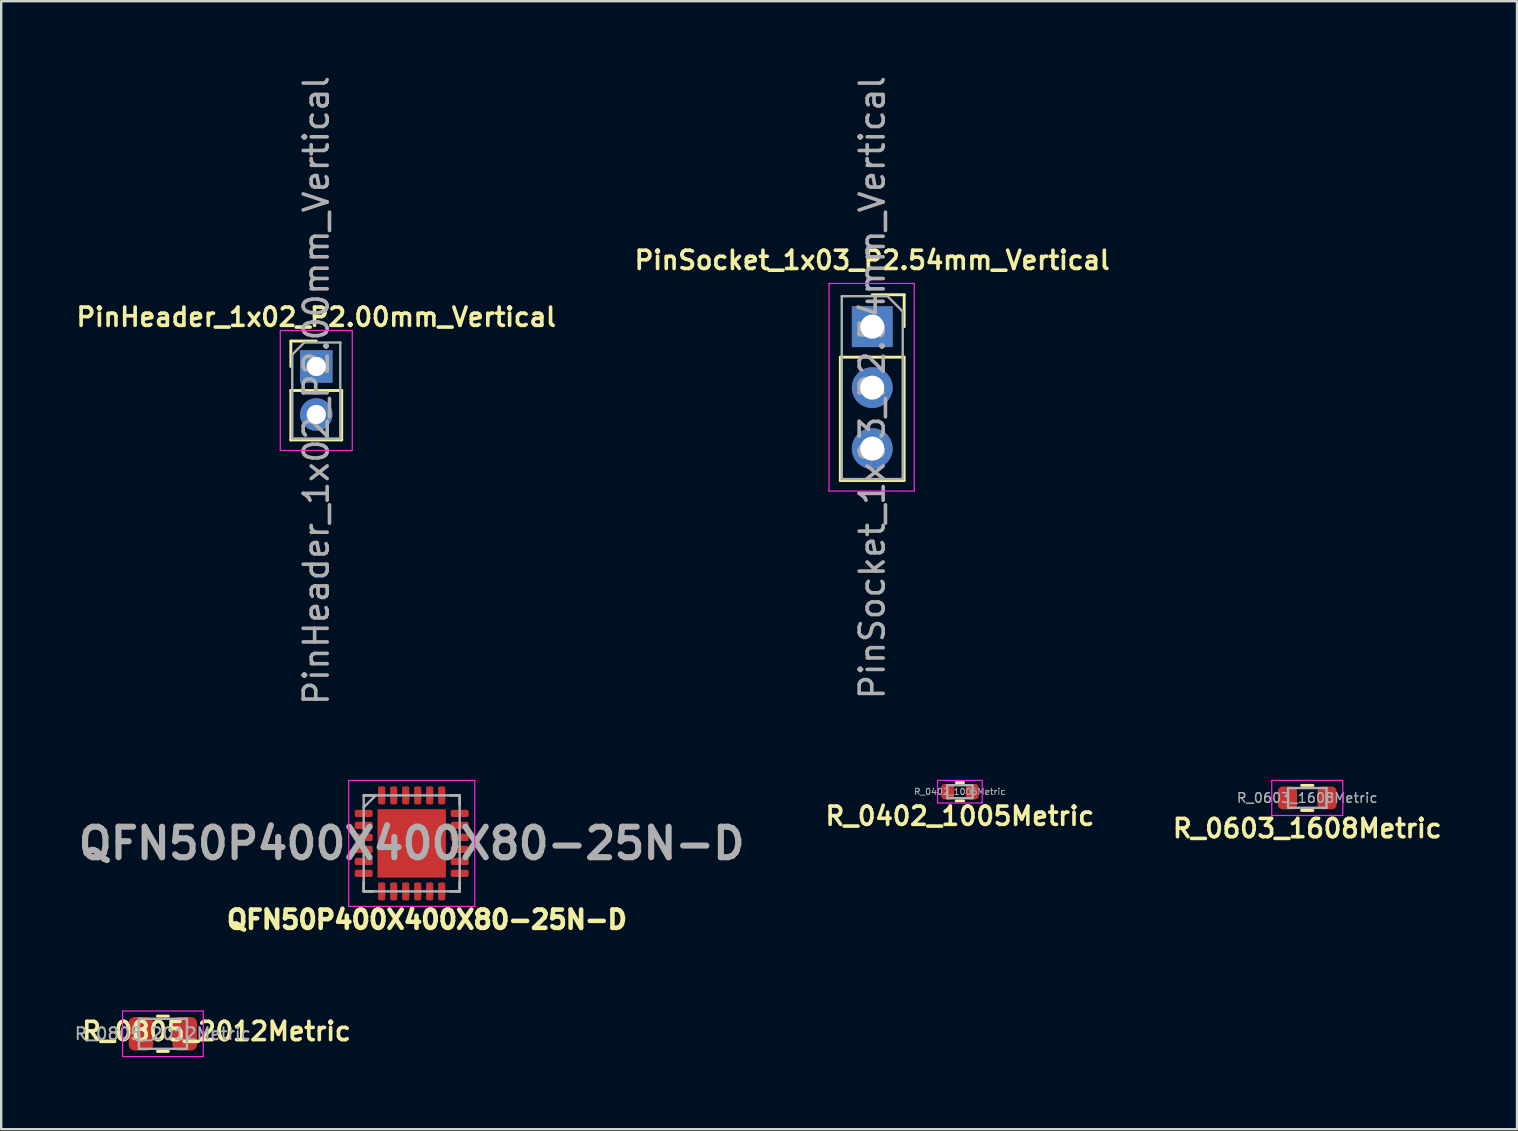
<source format=kicad_pcb>
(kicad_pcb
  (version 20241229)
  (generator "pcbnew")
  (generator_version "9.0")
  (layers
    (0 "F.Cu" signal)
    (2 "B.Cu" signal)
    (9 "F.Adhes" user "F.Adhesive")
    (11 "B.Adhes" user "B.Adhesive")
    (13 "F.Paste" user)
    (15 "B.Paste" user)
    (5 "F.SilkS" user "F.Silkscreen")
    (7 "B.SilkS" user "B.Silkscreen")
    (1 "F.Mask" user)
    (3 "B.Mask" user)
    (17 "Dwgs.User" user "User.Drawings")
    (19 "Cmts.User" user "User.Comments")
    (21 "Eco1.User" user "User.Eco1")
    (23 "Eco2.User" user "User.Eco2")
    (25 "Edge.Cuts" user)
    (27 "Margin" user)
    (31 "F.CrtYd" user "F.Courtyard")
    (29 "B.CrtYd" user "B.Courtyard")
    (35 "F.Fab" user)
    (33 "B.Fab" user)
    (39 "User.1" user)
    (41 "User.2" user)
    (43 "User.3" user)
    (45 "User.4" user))
  (footprint "R_0402_1005Metric"
    (layer "F.Cu")
    (at 36.943 29.935)
    (property "Reference" "R_0402_1005Metric" (at 0 1.016 0) (layer "F.SilkS") (effects (font (size 0.762 0.762) (thickness 0.15))))
    (attr smd)
    (fp_line (start -0.154 -0.38) (end 0.154 -0.38) (stroke (width 0.12) (type solid)) (layer "F.SilkS"))
    (fp_line (start -0.154 0.38) (end 0.154 0.38) (stroke (width 0.12) (type solid)) (layer "F.SilkS"))
    (fp_line (start -0.93 -0.47) (end 0.93 -0.47) (stroke (width 0.05) (type solid)) (layer "F.CrtYd"))
    (fp_line (start -0.93 0.47) (end -0.93 -0.47) (stroke (width 0.05) (type solid)) (layer "F.CrtYd"))
    (fp_line (start 0.93 -0.47) (end 0.93 0.47) (stroke (width 0.05) (type solid)) (layer "F.CrtYd"))
    (fp_line (start 0.93 0.47) (end -0.93 0.47) (stroke (width 0.05) (type solid)) (layer "F.CrtYd"))
    (fp_line (start -0.525 -0.27) (end 0.525 -0.27) (stroke (width 0.1) (type solid)) (layer "F.Fab"))
    (fp_line (start -0.525 0.27) (end -0.525 -0.27) (stroke (width 0.1) (type solid)) (layer "F.Fab"))
    (fp_line (start 0.525 -0.27) (end 0.525 0.27) (stroke (width 0.1) (type solid)) (layer "F.Fab"))
    (fp_line (start 0.525 0.27) (end -0.525 0.27) (stroke (width 0.1) (type solid)) (layer "F.Fab"))
    (fp_text user "${REFERENCE}" (at 0 0 0) (layer "F.Fab") (effects (font (size 0.26 0.26) (thickness 0.04))))
    (pad "1" smd roundrect (at -0.51 0) (size 0.54 0.64) (layers "F.Cu" "F.Mask" "F.Paste") (roundrect_rratio 0.25))
    (pad "2" smd roundrect (at 0.51 0) (size 0.54 0.64) (layers "F.Cu" "F.Mask" "F.Paste") (roundrect_rratio 0.25)))
  (footprint "R_0805_2012Metric"
    (layer "F.Cu")
    (at 3.737 40.021)
    (property "Reference" "R_0805_2012Metric" (at 2.235 -0.102 0) (unlocked yes) (layer "F.SilkS") (effects (font (size 0.762 0.762) (thickness 0.15))))
    (attr smd)
    (fp_line (start -0.227 -0.735) (end 0.227 -0.735) (stroke (width 0.12) (type solid)) (layer "F.SilkS"))
    (fp_line (start -0.227 0.735) (end 0.227 0.735) (stroke (width 0.12) (type solid)) (layer "F.SilkS"))
    (fp_line (start -1.68 -0.95) (end 1.68 -0.95) (stroke (width 0.05) (type solid)) (layer "F.CrtYd"))
    (fp_line (start -1.68 0.95) (end -1.68 -0.95) (stroke (width 0.05) (type solid)) (layer "F.CrtYd"))
    (fp_line (start 1.68 -0.95) (end 1.68 0.95) (stroke (width 0.05) (type solid)) (layer "F.CrtYd"))
    (fp_line (start 1.68 0.95) (end -1.68 0.95) (stroke (width 0.05) (type solid)) (layer "F.CrtYd"))
    (fp_line (start -1 -0.625) (end 1 -0.625) (stroke (width 0.1) (type solid)) (layer "F.Fab"))
    (fp_line (start -1 0.625) (end -1 -0.625) (stroke (width 0.1) (type solid)) (layer "F.Fab"))
    (fp_line (start 1 -0.625) (end 1 0.625) (stroke (width 0.1) (type solid)) (layer "F.Fab"))
    (fp_line (start 1 0.625) (end -1 0.625) (stroke (width 0.1) (type solid)) (layer "F.Fab"))
    (fp_text user "${REFERENCE}" (at 0 0 0) (layer "F.Fab") (effects (font (size 0.5 0.5) (thickness 0.08))))
    (pad "1" smd roundrect (at -0.912 0) (size 1.025 1.4) (layers "F.Cu" "F.Mask" "F.Paste") (roundrect_rratio 0.244))
    (pad "2" smd roundrect (at 0.912 0) (size 1.025 1.4) (layers "F.Cu" "F.Mask" "F.Paste") (roundrect_rratio 0.244)))
  (footprint "PinSocket_1x03_P2.54mm_Vertical"
    (layer "F.Cu")
    (at 33.291 10.561)
    (property "Reference" "PinSocket_1x03_P2.54mm_Vertical" (at 0 -2.77 180) (layer "F.SilkS") (effects (font (size 0.762 0.762) (thickness 0.15))))
    (attr through_hole)
    (fp_line (start -1.33 6.41) (end -1.33 1.27) (stroke (width 0.12) (type solid)) (layer "F.SilkS"))
    (fp_line (start 1.33 -1.33) (end 0 -1.33) (stroke (width 0.12) (type solid)) (layer "F.SilkS"))
    (fp_line (start 1.33 0) (end 1.33 -1.33) (stroke (width 0.12) (type solid)) (layer "F.SilkS"))
    (fp_line (start 1.33 1.27) (end -1.33 1.27) (stroke (width 0.12) (type solid)) (layer "F.SilkS"))
    (fp_line (start 1.33 6.41) (end -1.33 6.41) (stroke (width 0.12) (type solid)) (layer "F.SilkS"))
    (fp_line (start 1.33 6.41) (end 1.33 1.27) (stroke (width 0.12) (type solid)) (layer "F.SilkS"))
    (fp_line (start -1.8 -1.8) (end -1.8 6.85) (stroke (width 0.05) (type solid)) (layer "F.CrtYd"))
    (fp_line (start -1.8 6.85) (end 1.75 6.85) (stroke (width 0.05) (type solid)) (layer "F.CrtYd"))
    (fp_line (start 1.75 -1.8) (end -1.8 -1.8) (stroke (width 0.05) (type solid)) (layer "F.CrtYd"))
    (fp_line (start 1.75 6.85) (end 1.75 -1.8) (stroke (width 0.05) (type solid)) (layer "F.CrtYd"))
    (fp_line (start -1.27 -1.27) (end -1.27 6.35) (stroke (width 0.1) (type solid)) (layer "F.Fab"))
    (fp_line (start -1.27 6.35) (end 1.27 6.35) (stroke (width 0.1) (type solid)) (layer "F.Fab"))
    (fp_line (start 0.635 -1.27) (end -1.27 -1.27) (stroke (width 0.1) (type solid)) (layer "F.Fab"))
    (fp_line (start 1.27 -0.635) (end 0.635 -1.27) (stroke (width 0.1) (type solid)) (layer "F.Fab"))
    (fp_line (start 1.27 6.35) (end 1.27 -0.635) (stroke (width 0.1) (type solid)) (layer "F.Fab"))
    (fp_text user "${REFERENCE}" (at 0 2.54 270) (layer "F.Fab") (effects (font (size 1 1) (thickness 0.15))))
    (pad "1" thru_hole rect (at 0 0 180) (size 1.7 1.7) (drill 1) (layers "*.Cu" "*.Mask"))
    (pad "2" thru_hole oval (at 0 2.54 180) (size 1.7 1.7) (drill 1) (layers "*.Cu" "*.Mask"))
    (pad "3" thru_hole oval (at 0 5.08 180) (size 1.7 1.7) (drill 1) (layers "*.Cu" "*.Mask")))
  (footprint "QFN50P400X400X80-25N-D"
    (layer "F.Cu")
    (at 14.103 32.09)
    (property "Reference" "QFN50P400X400X80-25N-D" (at 0.635 3.175 180) (layer "F.SilkS") (effects (font (size 0.762 0.762) (thickness 0.191))))
    (attr smd)
    (fp_line (start -2 2) (end -2 1.6) (stroke (width 0.1) (type default)) (layer "F.SilkS"))
    (fp_line (start -1.6 -2) (end -2 -2) (stroke (width 0.1) (type default)) (layer "F.SilkS"))
    (fp_line (start -1.6 2) (end -2 2) (stroke (width 0.1) (type default)) (layer "F.SilkS"))
    (fp_line (start 1.6 2) (end 2 2) (stroke (width 0.1) (type default)) (layer "F.SilkS"))
    (fp_line (start 2 -2) (end 1.6 -2) (stroke (width 0.1) (type default)) (layer "F.SilkS"))
    (fp_line (start 2 -1.6) (end 2 -2) (stroke (width 0.1) (type default)) (layer "F.SilkS"))
    (fp_line (start 2 2) (end 2 1.6) (stroke (width 0.1) (type default)) (layer "F.SilkS"))
    (fp_line (start -2.625 -2.625) (end 2.625 -2.625) (stroke (width 0.05) (type solid)) (layer "F.CrtYd"))
    (fp_line (start -2.625 2.625) (end -2.625 -2.625) (stroke (width 0.05) (type solid)) (layer "F.CrtYd"))
    (fp_line (start 2.625 -2.625) (end 2.625 2.625) (stroke (width 0.05) (type solid)) (layer "F.CrtYd"))
    (fp_line (start 2.625 2.625) (end -2.625 2.625) (stroke (width 0.05) (type solid)) (layer "F.CrtYd"))
    (fp_line (start -2 -2) (end 2 -2) (stroke (width 0.1) (type solid)) (layer "F.Fab"))
    (fp_line (start -2 -1.5) (end -1.5 -2) (stroke (width 0.1) (type solid)) (layer "F.Fab"))
    (fp_line (start -2 2) (end -2 -2) (stroke (width 0.1) (type solid)) (layer "F.Fab"))
    (fp_line (start 2 -2) (end 2 2) (stroke (width 0.1) (type solid)) (layer "F.Fab"))
    (fp_line (start 2 2) (end -2 2) (stroke (width 0.1) (type solid)) (layer "F.Fab"))
    (fp_text user "${REFERENCE}" (at 0 0 180) (layer "F.Fab") (effects (font (size 1.27 1.27) (thickness 0.254))))
    (pad "1" smd roundrect (at -2 -1.25 90) (size 0.3 0.75) (layers "F.Cu" "F.Mask" "F.Paste") (roundrect_rratio 0.25))
    (pad "2" smd roundrect (at -2 -0.75 90) (size 0.3 0.75) (layers "F.Cu" "F.Mask" "F.Paste") (roundrect_rratio 0.25))
    (pad "3" smd roundrect (at -2 -0.25 90) (size 0.3 0.75) (layers "F.Cu" "F.Mask" "F.Paste") (roundrect_rratio 0.25))
    (pad "4" smd roundrect (at -2 0.25 90) (size 0.3 0.75) (layers "F.Cu" "F.Mask" "F.Paste") (roundrect_rratio 0.25))
    (pad "5" smd roundrect (at -2 0.75 90) (size 0.3 0.75) (layers "F.Cu" "F.Mask" "F.Paste") (roundrect_rratio 0.25))
    (pad "6" smd roundrect (at -2 1.25 90) (size 0.3 0.75) (layers "F.Cu" "F.Mask" "F.Paste") (roundrect_rratio 0.25))
    (pad "7" smd roundrect (at -1.25 2) (size 0.3 0.75) (layers "F.Cu" "F.Mask" "F.Paste") (roundrect_rratio 0.25))
    (pad "8" smd roundrect (at -0.75 2) (size 0.3 0.75) (layers "F.Cu" "F.Mask" "F.Paste") (roundrect_rratio 0.25))
    (pad "9" smd roundrect (at -0.25 2) (size 0.3 0.75) (layers "F.Cu" "F.Mask" "F.Paste") (roundrect_rratio 0.25))
    (pad "10" smd roundrect (at 0.25 2) (size 0.3 0.75) (layers "F.Cu" "F.Mask" "F.Paste") (roundrect_rratio 0.25))
    (pad "11" smd roundrect (at 0.75 2) (size 0.3 0.75) (layers "F.Cu" "F.Mask" "F.Paste") (roundrect_rratio 0.25))
    (pad "12" smd roundrect (at 1.25 2) (size 0.3 0.75) (layers "F.Cu" "F.Mask" "F.Paste") (roundrect_rratio 0.25))
    (pad "13" smd roundrect (at 2 1.25 90) (size 0.3 0.75) (layers "F.Cu" "F.Mask" "F.Paste") (roundrect_rratio 0.25))
    (pad "14" smd roundrect (at 2 0.75 90) (size 0.3 0.75) (layers "F.Cu" "F.Mask" "F.Paste") (roundrect_rratio 0.25))
    (pad "15" smd roundrect (at 2 0.25 90) (size 0.3 0.75) (layers "F.Cu" "F.Mask" "F.Paste") (roundrect_rratio 0.25))
    (pad "16" smd roundrect (at 2 -0.25 90) (size 0.3 0.75) (layers "F.Cu" "F.Mask" "F.Paste") (roundrect_rratio 0.25))
    (pad "17" smd roundrect (at 2 -0.75 90) (size 0.3 0.75) (layers "F.Cu" "F.Mask" "F.Paste") (roundrect_rratio 0.25))
    (pad "18" smd roundrect (at 2 -1.25 90) (size 0.3 0.75) (layers "F.Cu" "F.Mask" "F.Paste") (roundrect_rratio 0.25))
    (pad "19" smd roundrect (at 1.25 -2) (size 0.3 0.75) (layers "F.Cu" "F.Mask" "F.Paste") (roundrect_rratio 0.25))
    (pad "20" smd roundrect (at 0.75 -2) (size 0.3 0.75) (layers "F.Cu" "F.Mask" "F.Paste") (roundrect_rratio 0.25))
    (pad "21" smd roundrect (at 0.25 -2) (size 0.3 0.75) (layers "F.Cu" "F.Mask" "F.Paste") (roundrect_rratio 0.25))
    (pad "22" smd roundrect (at -0.25 -2) (size 0.3 0.75) (layers "F.Cu" "F.Mask" "F.Paste") (roundrect_rratio 0.25))
    (pad "23" smd roundrect (at -0.75 -2) (size 0.3 0.75) (layers "F.Cu" "F.Mask" "F.Paste") (roundrect_rratio 0.25))
    (pad "24" smd roundrect (at -1.25 -2) (size 0.3 0.75) (layers "F.Cu" "F.Mask" "F.Paste") (roundrect_rratio 0.25))
    (pad "25" smd rect (at 0 0) (size 2.85 2.85) (layers "F.Cu" "F.Mask" "F.Paste")))
  (footprint "R_0603_1608Metric"
    (layer "F.Cu")
    (at 51.416 30.195)
    (property "Reference" "R_0603_1608Metric" (at 0 1.27 180) (layer "F.SilkS") (effects (font (size 0.762 0.762) (thickness 0.15))))
    (attr smd)
    (fp_line (start 0.237 -0.522) (end -0.237 -0.522) (stroke (width 0.12) (type solid)) (layer "F.SilkS"))
    (fp_line (start 0.237 0.522) (end -0.237 0.522) (stroke (width 0.12) (type solid)) (layer "F.SilkS"))
    (fp_line (start -1.48 -0.73) (end -1.48 0.73) (stroke (width 0.05) (type solid)) (layer "F.CrtYd"))
    (fp_line (start -1.48 0.73) (end 1.48 0.73) (stroke (width 0.05) (type solid)) (layer "F.CrtYd"))
    (fp_line (start 1.48 -0.73) (end -1.48 -0.73) (stroke (width 0.05) (type solid)) (layer "F.CrtYd"))
    (fp_line (start 1.48 0.73) (end 1.48 -0.73) (stroke (width 0.05) (type solid)) (layer "F.CrtYd"))
    (fp_line (start -0.8 -0.412) (end -0.8 0.412) (stroke (width 0.1) (type solid)) (layer "F.Fab"))
    (fp_line (start -0.8 0.412) (end 0.8 0.412) (stroke (width 0.1) (type solid)) (layer "F.Fab"))
    (fp_line (start 0.8 -0.412) (end -0.8 -0.412) (stroke (width 0.1) (type solid)) (layer "F.Fab"))
    (fp_line (start 0.8 0.412) (end 0.8 -0.412) (stroke (width 0.1) (type solid)) (layer "F.Fab"))
    (fp_text user "${REFERENCE}" (at 0 0 180) (layer "F.Fab") (effects (font (size 0.4 0.4) (thickness 0.06))))
    (pad "1" smd roundrect (at -0.825 0 180) (size 0.8 0.95) (layers "F.Cu" "F.Mask" "F.Paste") (roundrect_rratio 0.25))
    (pad "2" smd roundrect (at 0.825 0 180) (size 0.8 0.95) (layers "F.Cu" "F.Mask" "F.Paste") (roundrect_rratio 0.25)))
  (footprint "PinHeader_1x02_P2.00mm_Vertical"
    (layer "F.Cu")
    (at 10.127 12.22)
    (property "Reference" "PinHeader_1x02_P2.00mm_Vertical" (at 0 -2.06 0) (layer "F.SilkS") (effects (font (size 0.762 0.762) (thickness 0.15))))
    (attr through_hole)
    (fp_line (start -1.06 -1.06) (end 0 -1.06) (stroke (width 0.12) (type solid)) (layer "F.SilkS"))
    (fp_line (start -1.06 0) (end -1.06 -1.06) (stroke (width 0.12) (type solid)) (layer "F.SilkS"))
    (fp_line (start -1.06 1) (end -1.06 3.06) (stroke (width 0.12) (type solid)) (layer "F.SilkS"))
    (fp_line (start -1.06 1) (end 1.06 1) (stroke (width 0.12) (type solid)) (layer "F.SilkS"))
    (fp_line (start -1.06 3.06) (end 1.06 3.06) (stroke (width 0.12) (type solid)) (layer "F.SilkS"))
    (fp_line (start 1.06 1) (end 1.06 3.06) (stroke (width 0.12) (type solid)) (layer "F.SilkS"))
    (fp_line (start -1.5 -1.5) (end -1.5 3.5) (stroke (width 0.05) (type solid)) (layer "F.CrtYd"))
    (fp_line (start -1.5 3.5) (end 1.5 3.5) (stroke (width 0.05) (type solid)) (layer "F.CrtYd"))
    (fp_line (start 1.5 -1.5) (end -1.5 -1.5) (stroke (width 0.05) (type solid)) (layer "F.CrtYd"))
    (fp_line (start 1.5 3.5) (end 1.5 -1.5) (stroke (width 0.05) (type solid)) (layer "F.CrtYd"))
    (fp_line (start -1 -0.5) (end -0.5 -1) (stroke (width 0.1) (type solid)) (layer "F.Fab"))
    (fp_line (start -1 3) (end -1 -0.5) (stroke (width 0.1) (type solid)) (layer "F.Fab"))
    (fp_line (start -0.5 -1) (end 1 -1) (stroke (width 0.1) (type solid)) (layer "F.Fab"))
    (fp_line (start 1 -1) (end 1 3) (stroke (width 0.1) (type solid)) (layer "F.Fab"))
    (fp_line (start 1 3) (end -1 3) (stroke (width 0.1) (type solid)) (layer "F.Fab"))
    (fp_text user "${REFERENCE}" (at 0 1 90) (layer "F.Fab") (effects (font (size 1 1) (thickness 0.15))))
    (pad "1" thru_hole rect (at 0 0) (size 1.35 1.35) (drill 0.8) (layers "*.Cu" "*.Mask"))
    (pad "2" thru_hole oval (at 0 2) (size 1.35 1.35) (drill 0.8) (layers "*.Cu" "*.Mask")))
  (gr_rect
    (start -3 -3)
    (end 60.153 43.996)
    (stroke (width 0.1) (type default))
    (fill no)
    (layer "Edge.Cuts")))
</source>
